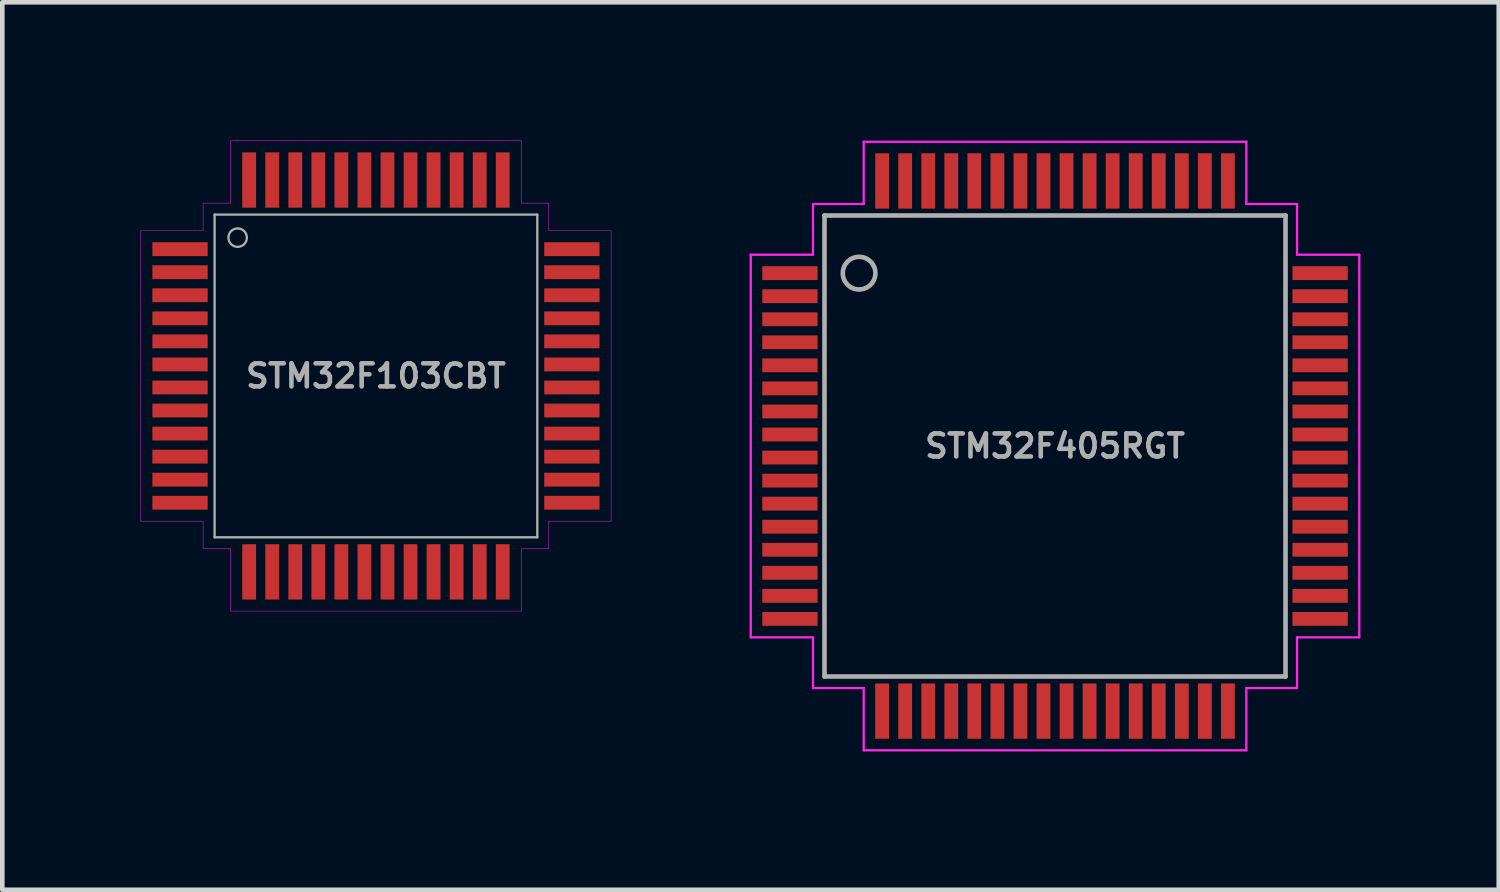
<source format=kicad_pcb>
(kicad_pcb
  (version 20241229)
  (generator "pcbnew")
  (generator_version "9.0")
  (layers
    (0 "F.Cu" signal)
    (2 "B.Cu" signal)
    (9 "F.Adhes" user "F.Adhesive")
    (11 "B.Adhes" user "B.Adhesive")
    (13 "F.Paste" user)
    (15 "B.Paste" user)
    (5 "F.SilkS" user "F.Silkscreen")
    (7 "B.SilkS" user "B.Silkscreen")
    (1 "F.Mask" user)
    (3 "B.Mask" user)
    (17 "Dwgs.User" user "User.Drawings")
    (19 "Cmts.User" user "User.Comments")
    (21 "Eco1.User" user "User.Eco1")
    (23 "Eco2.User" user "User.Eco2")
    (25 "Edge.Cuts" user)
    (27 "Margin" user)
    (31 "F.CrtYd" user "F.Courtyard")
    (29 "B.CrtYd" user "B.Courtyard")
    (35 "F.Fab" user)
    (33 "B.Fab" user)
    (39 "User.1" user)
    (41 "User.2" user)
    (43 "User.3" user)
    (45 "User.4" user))
  (footprint "STM32F103CBT"
    (layer "F.Cu")
    (at 5.105 5.105)
    (property "Reference" "STM32F103CBT" (at 0 0 0) (layer "F.Fab") (effects (font (size 0.5 0.5) (thickness 0.1))))
    (attr smd)
    (fp_line (start -5.1 -3.15) (end -5.1 3.15) (stroke (width 0.01) (type solid)) (layer "F.CrtYd"))
    (fp_line (start -5.1 -3.15) (end -3.75 -3.15) (stroke (width 0.01) (type solid)) (layer "F.CrtYd"))
    (fp_line (start -3.75 -3.75) (end -3.15 -3.75) (stroke (width 0.01) (type solid)) (layer "F.CrtYd"))
    (fp_line (start -3.75 -3.15) (end -3.75 -3.75) (stroke (width 0.01) (type solid)) (layer "F.CrtYd"))
    (fp_line (start -3.75 3.15) (end -5.1 3.15) (stroke (width 0.01) (type solid)) (layer "F.CrtYd"))
    (fp_line (start -3.75 3.75) (end -3.75 3.15) (stroke (width 0.01) (type solid)) (layer "F.CrtYd"))
    (fp_line (start -3.15 -3.75) (end -3.15 -5.1) (stroke (width 0.01) (type solid)) (layer "F.CrtYd"))
    (fp_line (start -3.15 3.75) (end -3.75 3.75) (stroke (width 0.01) (type solid)) (layer "F.CrtYd"))
    (fp_line (start -3.15 5.1) (end -3.15 3.75) (stroke (width 0.01) (type solid)) (layer "F.CrtYd"))
    (fp_line (start -3.15 5.1) (end 3.15 5.1) (stroke (width 0.01) (type solid)) (layer "F.CrtYd"))
    (fp_line (start 3.15 -5.1) (end -3.15 -5.1) (stroke (width 0.01) (type solid)) (layer "F.CrtYd"))
    (fp_line (start 3.15 -5.1) (end 3.15 -3.75) (stroke (width 0.01) (type solid)) (layer "F.CrtYd"))
    (fp_line (start 3.15 -3.75) (end 3.75 -3.75) (stroke (width 0.01) (type solid)) (layer "F.CrtYd"))
    (fp_line (start 3.15 3.75) (end 3.15 5.1) (stroke (width 0.01) (type solid)) (layer "F.CrtYd"))
    (fp_line (start 3.75 -3.75) (end 3.75 -3.15) (stroke (width 0.01) (type solid)) (layer "F.CrtYd"))
    (fp_line (start 3.75 -3.15) (end 5.1 -3.15) (stroke (width 0.01) (type solid)) (layer "F.CrtYd"))
    (fp_line (start 3.75 3.15) (end 3.75 3.75) (stroke (width 0.01) (type solid)) (layer "F.CrtYd"))
    (fp_line (start 3.75 3.75) (end 3.15 3.75) (stroke (width 0.01) (type solid)) (layer "F.CrtYd"))
    (fp_line (start 5.1 3.15) (end 3.75 3.15) (stroke (width 0.01) (type solid)) (layer "F.CrtYd"))
    (fp_line (start 5.1 3.15) (end 5.1 -3.15) (stroke (width 0.01) (type solid)) (layer "F.CrtYd"))
    (fp_line (start -3.5 -3.5) (end 3.5 -3.5) (stroke (width 0.05) (type solid)) (layer "F.Fab"))
    (fp_line (start -3.5 3.5) (end -3.5 -3.5) (stroke (width 0.05) (type solid)) (layer "F.Fab"))
    (fp_line (start 3.5 -3.5) (end 3.5 3.5) (stroke (width 0.05) (type solid)) (layer "F.Fab"))
    (fp_line (start 3.5 3.5) (end -3.5 3.5) (stroke (width 0.05) (type solid)) (layer "F.Fab"))
    (fp_circle (center -3 -3) (end -2.8 -3) (stroke (width 0.05) (type solid)) (fill no) (layer "F.Fab"))
    (pad "1" smd rect (at -4.25 -2.75) (size 1.2 0.3) (layers "F.Cu" "F.Mask" "F.Paste"))
    (pad "2" smd rect (at -4.25 -2.25) (size 1.2 0.3) (layers "F.Cu" "F.Mask" "F.Paste"))
    (pad "3" smd rect (at -4.25 -1.75) (size 1.2 0.3) (layers "F.Cu" "F.Mask" "F.Paste"))
    (pad "4" smd rect (at -4.25 -1.25) (size 1.2 0.3) (layers "F.Cu" "F.Mask" "F.Paste"))
    (pad "5" smd rect (at -4.25 -0.75) (size 1.2 0.3) (layers "F.Cu" "F.Mask" "F.Paste"))
    (pad "6" smd rect (at -4.25 -0.25) (size 1.2 0.3) (layers "F.Cu" "F.Mask" "F.Paste"))
    (pad "7" smd rect (at -4.25 0.25) (size 1.2 0.3) (layers "F.Cu" "F.Mask" "F.Paste"))
    (pad "8" smd rect (at -4.25 0.75) (size 1.2 0.3) (layers "F.Cu" "F.Mask" "F.Paste"))
    (pad "9" smd rect (at -4.25 1.25) (size 1.2 0.3) (layers "F.Cu" "F.Mask" "F.Paste"))
    (pad "10" smd rect (at -4.25 1.75) (size 1.2 0.3) (layers "F.Cu" "F.Mask" "F.Paste"))
    (pad "11" smd rect (at -4.25 2.25) (size 1.2 0.3) (layers "F.Cu" "F.Mask" "F.Paste"))
    (pad "12" smd rect (at -4.25 2.75) (size 1.2 0.3) (layers "F.Cu" "F.Mask" "F.Paste"))
    (pad "13" smd rect (at -2.75 4.25 90) (size 1.2 0.3) (layers "F.Cu" "F.Mask" "F.Paste"))
    (pad "14" smd rect (at -2.25 4.25 90) (size 1.2 0.3) (layers "F.Cu" "F.Mask" "F.Paste"))
    (pad "15" smd rect (at -1.75 4.25 90) (size 1.2 0.3) (layers "F.Cu" "F.Mask" "F.Paste"))
    (pad "16" smd rect (at -1.25 4.25 90) (size 1.2 0.3) (layers "F.Cu" "F.Mask" "F.Paste"))
    (pad "17" smd rect (at -0.75 4.25 90) (size 1.2 0.3) (layers "F.Cu" "F.Mask" "F.Paste"))
    (pad "18" smd rect (at -0.25 4.25 90) (size 1.2 0.3) (layers "F.Cu" "F.Mask" "F.Paste"))
    (pad "19" smd rect (at 0.25 4.25 90) (size 1.2 0.3) (layers "F.Cu" "F.Mask" "F.Paste"))
    (pad "20" smd rect (at 0.75 4.25 90) (size 1.2 0.3) (layers "F.Cu" "F.Mask" "F.Paste"))
    (pad "21" smd rect (at 1.25 4.25 90) (size 1.2 0.3) (layers "F.Cu" "F.Mask" "F.Paste"))
    (pad "22" smd rect (at 1.75 4.25 90) (size 1.2 0.3) (layers "F.Cu" "F.Mask" "F.Paste"))
    (pad "23" smd rect (at 2.25 4.25 90) (size 1.2 0.3) (layers "F.Cu" "F.Mask" "F.Paste"))
    (pad "24" smd rect (at 2.75 4.25 90) (size 1.2 0.3) (layers "F.Cu" "F.Mask" "F.Paste"))
    (pad "25" smd rect (at 4.25 2.75 180) (size 1.2 0.3) (layers "F.Cu" "F.Mask" "F.Paste"))
    (pad "26" smd rect (at 4.25 2.25 180) (size 1.2 0.3) (layers "F.Cu" "F.Mask" "F.Paste"))
    (pad "27" smd rect (at 4.25 1.75 180) (size 1.2 0.3) (layers "F.Cu" "F.Mask" "F.Paste"))
    (pad "28" smd rect (at 4.25 1.25 180) (size 1.2 0.3) (layers "F.Cu" "F.Mask" "F.Paste"))
    (pad "29" smd rect (at 4.25 0.75 180) (size 1.2 0.3) (layers "F.Cu" "F.Mask" "F.Paste"))
    (pad "30" smd rect (at 4.25 0.25 180) (size 1.2 0.3) (layers "F.Cu" "F.Mask" "F.Paste"))
    (pad "31" smd rect (at 4.25 -0.25 180) (size 1.2 0.3) (layers "F.Cu" "F.Mask" "F.Paste"))
    (pad "32" smd rect (at 4.25 -0.75 180) (size 1.2 0.3) (layers "F.Cu" "F.Mask" "F.Paste"))
    (pad "33" smd rect (at 4.25 -1.25) (size 1.2 0.3) (layers "F.Cu" "F.Mask" "F.Paste"))
    (pad "34" smd rect (at 4.25 -1.75) (size 1.2 0.3) (layers "F.Cu" "F.Mask" "F.Paste"))
    (pad "35" smd rect (at 4.25 -2.25) (size 1.2 0.3) (layers "F.Cu" "F.Mask" "F.Paste"))
    (pad "36" smd rect (at 4.25 -2.75) (size 1.2 0.3) (layers "F.Cu" "F.Mask" "F.Paste"))
    (pad "37" smd rect (at 2.75 -4.25 90) (size 1.2 0.3) (layers "F.Cu" "F.Mask" "F.Paste"))
    (pad "38" smd rect (at 2.25 -4.25 90) (size 1.2 0.3) (layers "F.Cu" "F.Mask" "F.Paste"))
    (pad "39" smd rect (at 1.75 -4.25 90) (size 1.2 0.3) (layers "F.Cu" "F.Mask" "F.Paste"))
    (pad "40" smd rect (at 1.25 -4.25 90) (size 1.2 0.3) (layers "F.Cu" "F.Mask" "F.Paste"))
    (pad "41" smd rect (at 0.75 -4.25 90) (size 1.2 0.3) (layers "F.Cu" "F.Mask" "F.Paste"))
    (pad "42" smd rect (at 0.25 -4.25 90) (size 1.2 0.3) (layers "F.Cu" "F.Mask" "F.Paste"))
    (pad "43" smd rect (at -0.25 -4.25 90) (size 1.2 0.3) (layers "F.Cu" "F.Mask" "F.Paste"))
    (pad "44" smd rect (at -0.75 -4.25 90) (size 1.2 0.3) (layers "F.Cu" "F.Mask" "F.Paste"))
    (pad "45" smd rect (at -1.25 -4.25 90) (size 1.2 0.3) (layers "F.Cu" "F.Mask" "F.Paste"))
    (pad "46" smd rect (at -1.75 -4.25 90) (size 1.2 0.3) (layers "F.Cu" "F.Mask" "F.Paste"))
    (pad "47" smd rect (at -2.25 -4.25 90) (size 1.2 0.3) (layers "F.Cu" "F.Mask" "F.Paste"))
    (pad "48" smd rect (at -2.75 -4.25 90) (size 1.2 0.3) (layers "F.Cu" "F.Mask" "F.Paste")))
  (footprint "STM32F405RGT"
    (layer "F.Cu")
    (at 19.835 6.625)
    (property "Reference" "STM32F405RGT" (at 0 0 0) (layer "F.Fab") (effects (font (size 0.5 0.5) (thickness 0.1))))
    (attr smd)
    (fp_line (start -6.6 -4.15) (end -6.6 4.15) (stroke (width 0.05) (type solid)) (layer "F.CrtYd"))
    (fp_line (start -6.6 -4.15) (end -5.25 -4.15) (stroke (width 0.05) (type solid)) (layer "F.CrtYd"))
    (fp_line (start -5.25 -5.25) (end -4.15 -5.25) (stroke (width 0.05) (type solid)) (layer "F.CrtYd"))
    (fp_line (start -5.25 -4.15) (end -5.25 -5.25) (stroke (width 0.05) (type solid)) (layer "F.CrtYd"))
    (fp_line (start -5.25 4.15) (end -6.6 4.15) (stroke (width 0.05) (type solid)) (layer "F.CrtYd"))
    (fp_line (start -5.25 5.25) (end -5.25 4.15) (stroke (width 0.05) (type solid)) (layer "F.CrtYd"))
    (fp_line (start -4.15 -5.25) (end -4.15 -6.6) (stroke (width 0.05) (type solid)) (layer "F.CrtYd"))
    (fp_line (start -4.15 5.25) (end -5.25 5.25) (stroke (width 0.05) (type solid)) (layer "F.CrtYd"))
    (fp_line (start -4.15 6.6) (end -4.15 5.25) (stroke (width 0.05) (type solid)) (layer "F.CrtYd"))
    (fp_line (start -4.15 6.6) (end 4.15 6.6) (stroke (width 0.05) (type solid)) (layer "F.CrtYd"))
    (fp_line (start 4.15 -6.6) (end -4.15 -6.6) (stroke (width 0.05) (type solid)) (layer "F.CrtYd"))
    (fp_line (start 4.15 -6.6) (end 4.15 -5.25) (stroke (width 0.05) (type solid)) (layer "F.CrtYd"))
    (fp_line (start 4.15 -5.25) (end 5.25 -5.25) (stroke (width 0.05) (type solid)) (layer "F.CrtYd"))
    (fp_line (start 4.15 5.25) (end 4.15 6.6) (stroke (width 0.05) (type solid)) (layer "F.CrtYd"))
    (fp_line (start 5.25 -5.25) (end 5.25 -4.15) (stroke (width 0.05) (type solid)) (layer "F.CrtYd"))
    (fp_line (start 5.25 -4.15) (end 6.6 -4.15) (stroke (width 0.05) (type solid)) (layer "F.CrtYd"))
    (fp_line (start 5.25 4.15) (end 5.25 5.25) (stroke (width 0.05) (type solid)) (layer "F.CrtYd"))
    (fp_line (start 5.25 5.25) (end 4.15 5.25) (stroke (width 0.05) (type solid)) (layer "F.CrtYd"))
    (fp_line (start 6.6 4.15) (end 5.25 4.15) (stroke (width 0.05) (type solid)) (layer "F.CrtYd"))
    (fp_line (start 6.6 4.15) (end 6.6 -4.15) (stroke (width 0.05) (type solid)) (layer "F.CrtYd"))
    (fp_line (start -5 -5) (end 5 -5) (stroke (width 0.1) (type solid)) (layer "F.Fab"))
    (fp_line (start -5 5) (end -5 -5) (stroke (width 0.1) (type solid)) (layer "F.Fab"))
    (fp_line (start 5 -5) (end 5 5) (stroke (width 0.1) (type solid)) (layer "F.Fab"))
    (fp_line (start 5 5) (end -5 5) (stroke (width 0.1) (type solid)) (layer "F.Fab"))
    (fp_circle (center -4.25 -3.75) (end -3.896 -3.75) (stroke (width 0.1) (type solid)) (fill no) (layer "F.Fab"))
    (pad "1" smd rect (at -5.75 -3.75) (size 1.2 0.3) (layers "F.Cu" "F.Mask" "F.Paste"))
    (pad "2" smd rect (at -5.75 -3.25) (size 1.2 0.3) (layers "F.Cu" "F.Mask" "F.Paste"))
    (pad "3" smd rect (at -5.75 -2.75) (size 1.2 0.3) (layers "F.Cu" "F.Mask" "F.Paste"))
    (pad "4" smd rect (at -5.75 -2.25) (size 1.2 0.3) (layers "F.Cu" "F.Mask" "F.Paste"))
    (pad "5" smd rect (at -5.75 -1.75) (size 1.2 0.3) (layers "F.Cu" "F.Mask" "F.Paste"))
    (pad "6" smd rect (at -5.75 -1.25) (size 1.2 0.3) (layers "F.Cu" "F.Mask" "F.Paste"))
    (pad "7" smd rect (at -5.75 -0.75) (size 1.2 0.3) (layers "F.Cu" "F.Mask" "F.Paste"))
    (pad "8" smd rect (at -5.75 -0.25) (size 1.2 0.3) (layers "F.Cu" "F.Mask" "F.Paste"))
    (pad "9" smd rect (at -5.75 0.25) (size 1.2 0.3) (layers "F.Cu" "F.Mask" "F.Paste"))
    (pad "10" smd rect (at -5.75 0.75) (size 1.2 0.3) (layers "F.Cu" "F.Mask" "F.Paste"))
    (pad "11" smd rect (at -5.75 1.25) (size 1.2 0.3) (layers "F.Cu" "F.Mask" "F.Paste"))
    (pad "12" smd rect (at -5.75 1.75) (size 1.2 0.3) (layers "F.Cu" "F.Mask" "F.Paste"))
    (pad "13" smd rect (at -5.75 2.25) (size 1.2 0.3) (layers "F.Cu" "F.Mask" "F.Paste"))
    (pad "14" smd rect (at -5.75 2.75) (size 1.2 0.3) (layers "F.Cu" "F.Mask" "F.Paste"))
    (pad "15" smd rect (at -5.75 3.25) (size 1.2 0.3) (layers "F.Cu" "F.Mask" "F.Paste"))
    (pad "16" smd rect (at -5.75 3.75) (size 1.2 0.3) (layers "F.Cu" "F.Mask" "F.Paste"))
    (pad "17" smd rect (at -3.75 5.75 90) (size 1.2 0.3) (layers "F.Cu" "F.Mask" "F.Paste"))
    (pad "18" smd rect (at -3.25 5.75 90) (size 1.2 0.3) (layers "F.Cu" "F.Mask" "F.Paste"))
    (pad "19" smd rect (at -2.75 5.75 90) (size 1.2 0.3) (layers "F.Cu" "F.Mask" "F.Paste"))
    (pad "20" smd rect (at -2.25 5.75 90) (size 1.2 0.3) (layers "F.Cu" "F.Mask" "F.Paste"))
    (pad "21" smd rect (at -1.75 5.75 90) (size 1.2 0.3) (layers "F.Cu" "F.Mask" "F.Paste"))
    (pad "22" smd rect (at -1.25 5.75 90) (size 1.2 0.3) (layers "F.Cu" "F.Mask" "F.Paste"))
    (pad "23" smd rect (at -0.75 5.75 90) (size 1.2 0.3) (layers "F.Cu" "F.Mask" "F.Paste"))
    (pad "24" smd rect (at -0.25 5.75 90) (size 1.2 0.3) (layers "F.Cu" "F.Mask" "F.Paste"))
    (pad "25" smd rect (at 0.25 5.75 90) (size 1.2 0.3) (layers "F.Cu" "F.Mask" "F.Paste"))
    (pad "26" smd rect (at 0.75 5.75 90) (size 1.2 0.3) (layers "F.Cu" "F.Mask" "F.Paste"))
    (pad "27" smd rect (at 1.25 5.75 90) (size 1.2 0.3) (layers "F.Cu" "F.Mask" "F.Paste"))
    (pad "28" smd rect (at 1.75 5.75 90) (size 1.2 0.3) (layers "F.Cu" "F.Mask" "F.Paste"))
    (pad "29" smd rect (at 2.25 5.75 90) (size 1.2 0.3) (layers "F.Cu" "F.Mask" "F.Paste"))
    (pad "30" smd rect (at 2.75 5.75 90) (size 1.2 0.3) (layers "F.Cu" "F.Mask" "F.Paste"))
    (pad "31" smd rect (at 3.25 5.75 90) (size 1.2 0.3) (layers "F.Cu" "F.Mask" "F.Paste"))
    (pad "32" smd rect (at 3.75 5.75 90) (size 1.2 0.3) (layers "F.Cu" "F.Mask" "F.Paste"))
    (pad "33" smd rect (at 5.75 3.75) (size 1.2 0.3) (layers "F.Cu" "F.Mask" "F.Paste"))
    (pad "34" smd rect (at 5.75 3.25) (size 1.2 0.3) (layers "F.Cu" "F.Mask" "F.Paste"))
    (pad "35" smd rect (at 5.75 2.75) (size 1.2 0.3) (layers "F.Cu" "F.Mask" "F.Paste"))
    (pad "36" smd rect (at 5.75 2.25) (size 1.2 0.3) (layers "F.Cu" "F.Mask" "F.Paste"))
    (pad "37" smd rect (at 5.75 1.75) (size 1.2 0.3) (layers "F.Cu" "F.Mask" "F.Paste"))
    (pad "38" smd rect (at 5.75 1.25) (size 1.2 0.3) (layers "F.Cu" "F.Mask" "F.Paste"))
    (pad "39" smd rect (at 5.75 0.75) (size 1.2 0.3) (layers "F.Cu" "F.Mask" "F.Paste"))
    (pad "40" smd rect (at 5.75 0.25) (size 1.2 0.3) (layers "F.Cu" "F.Mask" "F.Paste"))
    (pad "41" smd rect (at 5.75 -0.25) (size 1.2 0.3) (layers "F.Cu" "F.Mask" "F.Paste"))
    (pad "42" smd rect (at 5.75 -0.75) (size 1.2 0.3) (layers "F.Cu" "F.Mask" "F.Paste"))
    (pad "43" smd rect (at 5.75 -1.25) (size 1.2 0.3) (layers "F.Cu" "F.Mask" "F.Paste"))
    (pad "44" smd rect (at 5.75 -1.75) (size 1.2 0.3) (layers "F.Cu" "F.Mask" "F.Paste"))
    (pad "45" smd rect (at 5.75 -2.25) (size 1.2 0.3) (layers "F.Cu" "F.Mask" "F.Paste"))
    (pad "46" smd rect (at 5.75 -2.75) (size 1.2 0.3) (layers "F.Cu" "F.Mask" "F.Paste"))
    (pad "47" smd rect (at 5.75 -3.25) (size 1.2 0.3) (layers "F.Cu" "F.Mask" "F.Paste"))
    (pad "48" smd rect (at 5.75 -3.75) (size 1.2 0.3) (layers "F.Cu" "F.Mask" "F.Paste"))
    (pad "49" smd rect (at 3.75 -5.75 90) (size 1.2 0.3) (layers "F.Cu" "F.Mask" "F.Paste"))
    (pad "50" smd rect (at 3.25 -5.75 90) (size 1.2 0.3) (layers "F.Cu" "F.Mask" "F.Paste"))
    (pad "51" smd rect (at 2.75 -5.75 90) (size 1.2 0.3) (layers "F.Cu" "F.Mask" "F.Paste"))
    (pad "52" smd rect (at 2.25 -5.75 90) (size 1.2 0.3) (layers "F.Cu" "F.Mask" "F.Paste"))
    (pad "53" smd rect (at 1.75 -5.75 90) (size 1.2 0.3) (layers "F.Cu" "F.Mask" "F.Paste"))
    (pad "54" smd rect (at 1.25 -5.75 90) (size 1.2 0.3) (layers "F.Cu" "F.Mask" "F.Paste"))
    (pad "55" smd rect (at 0.75 -5.75 90) (size 1.2 0.3) (layers "F.Cu" "F.Mask" "F.Paste"))
    (pad "56" smd rect (at 0.25 -5.75 90) (size 1.2 0.3) (layers "F.Cu" "F.Mask" "F.Paste"))
    (pad "57" smd rect (at -0.25 -5.75 90) (size 1.2 0.3) (layers "F.Cu" "F.Mask" "F.Paste"))
    (pad "58" smd rect (at -0.75 -5.75 90) (size 1.2 0.3) (layers "F.Cu" "F.Mask" "F.Paste"))
    (pad "59" smd rect (at -1.25 -5.75 90) (size 1.2 0.3) (layers "F.Cu" "F.Mask" "F.Paste"))
    (pad "60" smd rect (at -1.75 -5.75 90) (size 1.2 0.3) (layers "F.Cu" "F.Mask" "F.Paste"))
    (pad "61" smd rect (at -2.25 -5.75 90) (size 1.2 0.3) (layers "F.Cu" "F.Mask" "F.Paste"))
    (pad "62" smd rect (at -2.75 -5.75 90) (size 1.2 0.3) (layers "F.Cu" "F.Mask" "F.Paste"))
    (pad "63" smd rect (at -3.25 -5.75 90) (size 1.2 0.3) (layers "F.Cu" "F.Mask" "F.Paste"))
    (pad "64" smd rect (at -3.75 -5.75 90) (size 1.2 0.3) (layers "F.Cu" "F.Mask" "F.Paste")))
  (gr_rect
    (start -3 -3)
    (end 29.46 16.25)
    (stroke (width 0.1) (type default))
    (fill no)
    (layer "Edge.Cuts")))
</source>
